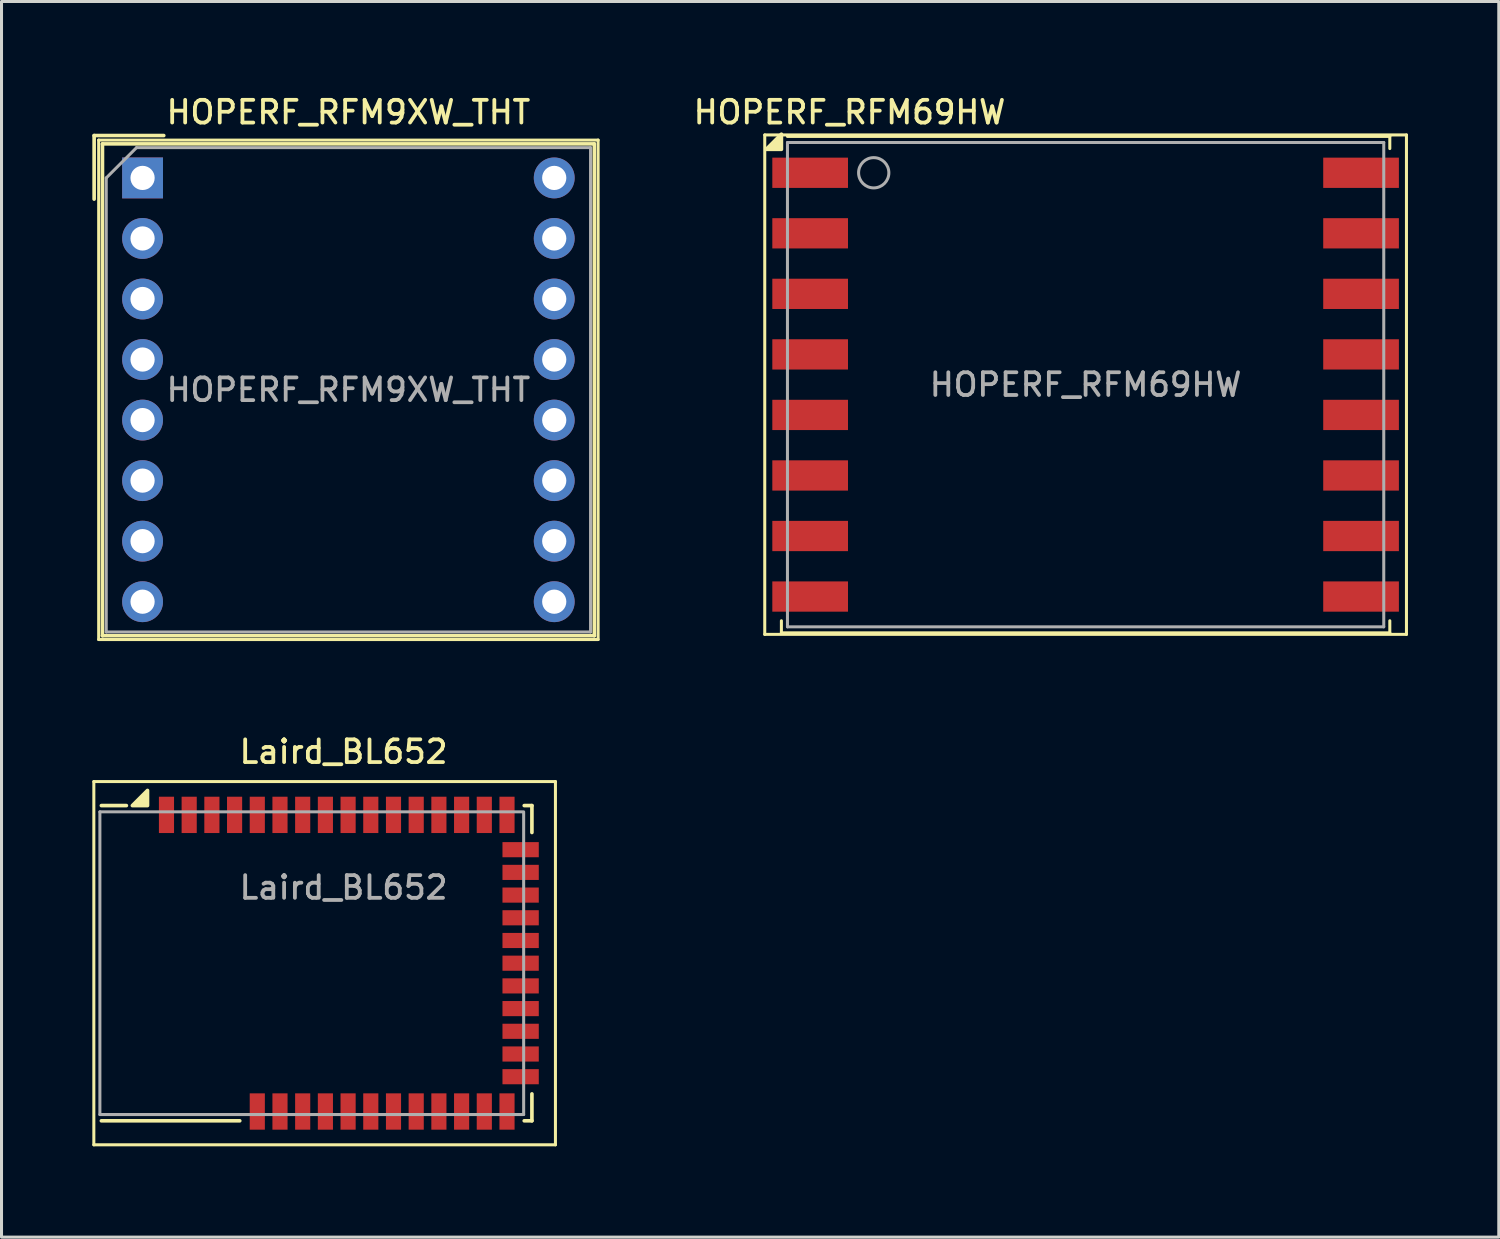
<source format=kicad_pcb>
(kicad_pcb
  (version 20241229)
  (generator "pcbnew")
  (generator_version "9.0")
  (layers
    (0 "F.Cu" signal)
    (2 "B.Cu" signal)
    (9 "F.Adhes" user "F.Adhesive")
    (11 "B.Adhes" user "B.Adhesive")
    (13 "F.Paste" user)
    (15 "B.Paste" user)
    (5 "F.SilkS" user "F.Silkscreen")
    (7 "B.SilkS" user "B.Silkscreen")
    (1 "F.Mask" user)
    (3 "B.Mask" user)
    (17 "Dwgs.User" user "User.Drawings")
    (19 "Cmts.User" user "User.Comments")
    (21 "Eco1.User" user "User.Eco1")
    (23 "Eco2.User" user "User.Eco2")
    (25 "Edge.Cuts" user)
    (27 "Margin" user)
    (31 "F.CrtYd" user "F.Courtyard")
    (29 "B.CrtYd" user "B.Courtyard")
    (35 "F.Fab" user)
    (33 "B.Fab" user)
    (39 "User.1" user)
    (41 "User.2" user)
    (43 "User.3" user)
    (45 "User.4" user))
  (footprint "Laird_BL652"
    (layer "F.Cu")
    (at 8.3 28.771)
    (property "Reference" "Laird_BL652" (at 0 -6.985 0) (layer "F.SilkS") (effects (font (size 0.75 0.75) (thickness 0.125))))
    (attr smd)
    (fp_line (start -8.25 -6) (end 7 -6) (stroke (width 0.1) (type solid)) (layer "F.SilkS"))
    (fp_line (start -8.25 6) (end -8.25 -6) (stroke (width 0.1) (type solid)) (layer "F.SilkS"))
    (fp_line (start -8.001 -5.207) (end -7.175 -5.207) (stroke (width 0.12) (type solid)) (layer "F.SilkS"))
    (fp_line (start -3.429 5.207) (end -8.001 5.207) (stroke (width 0.12) (type solid)) (layer "F.SilkS"))
    (fp_line (start 5.969 -5.207) (end 6.223 -5.207) (stroke (width 0.12) (type solid)) (layer "F.SilkS"))
    (fp_line (start 6.223 -5.207) (end 6.223 -4.318) (stroke (width 0.12) (type solid)) (layer "F.SilkS"))
    (fp_line (start 6.223 5.207) (end 5.969 5.207) (stroke (width 0.12) (type solid)) (layer "F.SilkS"))
    (fp_line (start 6.223 5.207) (end 6.223 4.318) (stroke (width 0.12) (type solid)) (layer "F.SilkS"))
    (fp_line (start 7 -6) (end 7 6) (stroke (width 0.1) (type solid)) (layer "F.SilkS"))
    (fp_line (start 7 6) (end -8.25 6) (stroke (width 0.1) (type solid)) (layer "F.SilkS"))
    (fp_poly (pts (xy -6.477 -5.207) (xy -6.977 -5.207) (xy -6.477 -5.707) (xy -6.477 -5.207)) (stroke (width 0.12) (type solid)) (fill yes) (layer "F.SilkS"))
    (fp_line (start -8.05 -5) (end -8.05 5) (stroke (width 0.1) (type solid)) (layer "F.Fab"))
    (fp_line (start -8.05 -5) (end 5.9 -5) (stroke (width 0.1) (type solid)) (layer "F.Fab"))
    (fp_line (start 5.95 -5) (end 5.95 5) (stroke (width 0.1) (type solid)) (layer "F.Fab"))
    (fp_line (start 5.95 5) (end -8.05 5) (stroke (width 0.1) (type solid)) (layer "F.Fab"))
    (fp_text user "${REFERENCE}" (at 0 -2.5 0) (layer "F.Fab") (effects (font (size 0.75 0.75) (thickness 0.125))))
    (pad "1" smd rect (at -5.85 -4.9 90) (size 1.2 0.5) (layers "F.Cu" "F.Mask" "F.Paste"))
    (pad "2" smd rect (at -5.1 -4.9 90) (size 1.2 0.5) (layers "F.Cu" "F.Mask" "F.Paste"))
    (pad "3" smd rect (at -4.35 -4.9 90) (size 1.2 0.5) (layers "F.Cu" "F.Mask" "F.Paste"))
    (pad "4" smd rect (at -3.6 -4.9 90) (size 1.2 0.5) (layers "F.Cu" "F.Mask" "F.Paste"))
    (pad "5" smd rect (at -2.85 -4.9 90) (size 1.2 0.5) (layers "F.Cu" "F.Mask" "F.Paste"))
    (pad "6" smd rect (at -2.1 -4.9 90) (size 1.2 0.5) (layers "F.Cu" "F.Mask" "F.Paste"))
    (pad "7" smd rect (at -1.35 -4.9 90) (size 1.2 0.5) (layers "F.Cu" "F.Mask" "F.Paste"))
    (pad "8" smd rect (at -0.6 -4.9 90) (size 1.2 0.5) (layers "F.Cu" "F.Mask" "F.Paste"))
    (pad "9" smd rect (at 0.15 -4.9 90) (size 1.2 0.5) (layers "F.Cu" "F.Mask" "F.Paste"))
    (pad "10" smd rect (at 0.9 -4.9 90) (size 1.2 0.5) (layers "F.Cu" "F.Mask" "F.Paste"))
    (pad "11" smd rect (at 1.65 -4.9 90) (size 1.2 0.5) (layers "F.Cu" "F.Mask" "F.Paste"))
    (pad "12" smd rect (at 2.4 -4.9 90) (size 1.2 0.5) (layers "F.Cu" "F.Mask" "F.Paste"))
    (pad "13" smd rect (at 3.15 -4.9 90) (size 1.2 0.5) (layers "F.Cu" "F.Mask" "F.Paste"))
    (pad "14" smd rect (at 3.9 -4.9 90) (size 1.2 0.5) (layers "F.Cu" "F.Mask" "F.Paste"))
    (pad "15" smd rect (at 4.65 -4.9 90) (size 1.2 0.5) (layers "F.Cu" "F.Mask" "F.Paste"))
    (pad "16" smd rect (at 5.4 -4.9 90) (size 1.2 0.5) (layers "F.Cu" "F.Mask" "F.Paste"))
    (pad "17" smd rect (at 5.85 -3.75) (size 1.2 0.5) (layers "F.Cu" "F.Mask" "F.Paste"))
    (pad "18" smd rect (at 5.85 -3) (size 1.2 0.5) (layers "F.Cu" "F.Mask" "F.Paste"))
    (pad "19" smd rect (at 5.85 -2.25) (size 1.2 0.5) (layers "F.Cu" "F.Mask" "F.Paste"))
    (pad "20" smd rect (at 5.85 -1.5) (size 1.2 0.5) (layers "F.Cu" "F.Mask" "F.Paste"))
    (pad "21" smd rect (at 5.85 -0.75) (size 1.2 0.5) (layers "F.Cu" "F.Mask" "F.Paste"))
    (pad "22" smd rect (at 5.85 0) (size 1.2 0.5) (layers "F.Cu" "F.Mask" "F.Paste"))
    (pad "23" smd rect (at 5.85 0.75) (size 1.2 0.5) (layers "F.Cu" "F.Mask" "F.Paste"))
    (pad "24" smd rect (at 5.85 1.5) (size 1.2 0.5) (layers "F.Cu" "F.Mask" "F.Paste"))
    (pad "25" smd rect (at 5.85 2.25) (size 1.2 0.5) (layers "F.Cu" "F.Mask" "F.Paste"))
    (pad "26" smd rect (at 5.85 3) (size 1.2 0.5) (layers "F.Cu" "F.Mask" "F.Paste"))
    (pad "27" smd rect (at 5.85 3.75) (size 1.2 0.5) (layers "F.Cu" "F.Mask" "F.Paste"))
    (pad "28" smd rect (at 5.4 4.9 90) (size 1.2 0.5) (layers "F.Cu" "F.Mask" "F.Paste"))
    (pad "29" smd rect (at 4.65 4.9 90) (size 1.2 0.5) (layers "F.Cu" "F.Mask" "F.Paste"))
    (pad "30" smd rect (at 3.9 4.9 90) (size 1.2 0.5) (layers "F.Cu" "F.Mask" "F.Paste"))
    (pad "31" smd rect (at 3.15 4.9 90) (size 1.2 0.5) (layers "F.Cu" "F.Mask" "F.Paste"))
    (pad "32" smd rect (at 2.4 4.9 90) (size 1.2 0.5) (layers "F.Cu" "F.Mask" "F.Paste"))
    (pad "33" smd rect (at 1.65 4.9 90) (size 1.2 0.5) (layers "F.Cu" "F.Mask" "F.Paste"))
    (pad "34" smd rect (at 0.9 4.9 90) (size 1.2 0.5) (layers "F.Cu" "F.Mask" "F.Paste"))
    (pad "35" smd rect (at 0.15 4.9 90) (size 1.2 0.5) (layers "F.Cu" "F.Mask" "F.Paste"))
    (pad "36" smd rect (at -0.6 4.9 90) (size 1.2 0.5) (layers "F.Cu" "F.Mask" "F.Paste"))
    (pad "37" smd rect (at -1.35 4.9 90) (size 1.2 0.5) (layers "F.Cu" "F.Mask" "F.Paste"))
    (pad "38" smd rect (at -2.1 4.9 90) (size 1.2 0.5) (layers "F.Cu" "F.Mask" "F.Paste"))
    (pad "39" smd rect (at -2.85 4.9 90) (size 1.2 0.5) (layers "F.Cu" "F.Mask" "F.Paste")))
  (footprint "HOPERF_RFM9XW_THT"
    (layer "F.Cu")
    (at 1.66 2.828)
    (property "Reference" "HOPERF_RFM9XW_THT" (at 6.8 -2.17 0) (layer "F.SilkS") (effects (font (size 0.75 0.75) (thickness 0.125))))
    (attr through_hole)
    (fp_line (start -1.6 -1.4) (end 0.7 -1.4) (stroke (width 0.12) (type solid)) (layer "F.SilkS"))
    (fp_line (start -1.6 0.7) (end -1.6 -1.4) (stroke (width 0.12) (type solid)) (layer "F.SilkS"))
    (fp_line (start -1.45 -1.25) (end 15.05 -1.25) (stroke (width 0.1) (type solid)) (layer "F.SilkS"))
    (fp_line (start -1.45 15.25) (end -1.45 -1.25) (stroke (width 0.1) (type solid)) (layer "F.SilkS"))
    (fp_line (start -1.325 -1.125) (end 14.925 -1.125) (stroke (width 0.12) (type solid)) (layer "F.SilkS"))
    (fp_line (start -1.325 15.125) (end -1.325 -1.125) (stroke (width 0.12) (type solid)) (layer "F.SilkS"))
    (fp_line (start 14.925 -1.125) (end 14.925 15.125) (stroke (width 0.12) (type solid)) (layer "F.SilkS"))
    (fp_line (start 14.925 15.125) (end -1.325 15.125) (stroke (width 0.12) (type solid)) (layer "F.SilkS"))
    (fp_line (start 15.05 -1.25) (end 15.05 15.25) (stroke (width 0.1) (type solid)) (layer "F.SilkS"))
    (fp_line (start 15.05 15.25) (end -1.45 15.25) (stroke (width 0.1) (type solid)) (layer "F.SilkS"))
    (fp_line (start -1.2 0) (end -0.2 -1) (stroke (width 0.1) (type solid)) (layer "F.Fab"))
    (fp_line (start -1.2 15) (end -1.2 0) (stroke (width 0.1) (type solid)) (layer "F.Fab"))
    (fp_line (start -0.2 -1) (end 14.8 -1) (stroke (width 0.1) (type solid)) (layer "F.Fab"))
    (fp_line (start 14.8 -1) (end 14.8 15) (stroke (width 0.1) (type solid)) (layer "F.Fab"))
    (fp_line (start 14.8 15) (end -1.2 15) (stroke (width 0.1) (type solid)) (layer "F.Fab"))
    (fp_text user "${REFERENCE}" (at 6.8 7 0) (layer "F.Fab") (effects (font (size 0.75 0.75) (thickness 0.125))))
    (pad "1" thru_hole rect (at 0 0) (size 1.35 1.35) (drill 0.8) (layers "*.Cu" "*.Mask"))
    (pad "2" thru_hole circle (at 0 2) (size 1.35 1.35) (drill 0.8) (layers "*.Cu" "*.Mask"))
    (pad "3" thru_hole circle (at 0 4) (size 1.35 1.35) (drill 0.8) (layers "*.Cu" "*.Mask"))
    (pad "4" thru_hole circle (at 0 6) (size 1.35 1.35) (drill 0.8) (layers "*.Cu" "*.Mask"))
    (pad "5" thru_hole circle (at 0 8) (size 1.35 1.35) (drill 0.8) (layers "*.Cu" "*.Mask"))
    (pad "6" thru_hole circle (at 0 10) (size 1.35 1.35) (drill 0.8) (layers "*.Cu" "*.Mask"))
    (pad "7" thru_hole circle (at 0 12) (size 1.35 1.35) (drill 0.8) (layers "*.Cu" "*.Mask"))
    (pad "8" thru_hole circle (at 0 14) (size 1.35 1.35) (drill 0.8) (layers "*.Cu" "*.Mask"))
    (pad "9" thru_hole circle (at 13.6 14) (size 1.35 1.35) (drill 0.8) (layers "*.Cu" "*.Mask"))
    (pad "10" thru_hole circle (at 13.6 12) (size 1.35 1.35) (drill 0.8) (layers "*.Cu" "*.Mask"))
    (pad "11" thru_hole circle (at 13.6 10) (size 1.35 1.35) (drill 0.8) (layers "*.Cu" "*.Mask"))
    (pad "12" thru_hole circle (at 13.6 8) (size 1.35 1.35) (drill 0.8) (layers "*.Cu" "*.Mask"))
    (pad "13" thru_hole circle (at 13.6 6) (size 1.35 1.35) (drill 0.8) (layers "*.Cu" "*.Mask"))
    (pad "14" thru_hole circle (at 13.6 4) (size 1.35 1.35) (drill 0.8) (layers "*.Cu" "*.Mask"))
    (pad "15" thru_hole circle (at 13.6 2) (size 1.35 1.35) (drill 0.8) (layers "*.Cu" "*.Mask"))
    (pad "16" thru_hole circle (at 13.6 0) (size 1.35 1.35) (drill 0.8) (layers "*.Cu" "*.Mask")))
  (footprint "HOPERF_RFM69HW"
    (layer "F.Cu")
    (at 32.815 9.658)
    (property "Reference" "HOPERF_RFM69HW" (at -7.8 -9 0) (layer "F.SilkS") (effects (font (size 0.75 0.75) (thickness 0.125))))
    (attr smd)
    (fp_line (start -10.6 -8.25) (end 10.6 -8.25) (stroke (width 0.1) (type solid)) (layer "F.SilkS"))
    (fp_line (start -10.6 8.25) (end -10.6 -8.25) (stroke (width 0.1) (type solid)) (layer "F.SilkS"))
    (fp_line (start -10.05 7.8) (end -10.05 8.2) (stroke (width 0.1) (type solid)) (layer "F.SilkS"))
    (fp_line (start -10.05 8.2) (end 10.05 8.2) (stroke (width 0.1) (type solid)) (layer "F.SilkS"))
    (fp_line (start -9.85 -8.2) (end 10.05 -8.2) (stroke (width 0.1) (type solid)) (layer "F.SilkS"))
    (fp_line (start 10.05 -8.2) (end 10.05 -7.8) (stroke (width 0.1) (type solid)) (layer "F.SilkS"))
    (fp_line (start 10.05 7.8) (end 10.05 8.2) (stroke (width 0.1) (type solid)) (layer "F.SilkS"))
    (fp_line (start 10.6 -8.25) (end 10.6 8.25) (stroke (width 0.1) (type solid)) (layer "F.SilkS"))
    (fp_line (start 10.6 8.25) (end -10.6 8.25) (stroke (width 0.1) (type solid)) (layer "F.SilkS"))
    (fp_poly (pts (xy -10.05 -7.775) (xy -10.55 -7.775) (xy -10.05 -8.275) (xy -10.05 -7.775)) (stroke (width 0.12) (type solid)) (fill yes) (layer "F.SilkS"))
    (fp_line (start -9.85 -8) (end 9.85 -8) (stroke (width 0.1) (type solid)) (layer "F.Fab"))
    (fp_line (start -9.85 8) (end -9.85 -8) (stroke (width 0.1) (type solid)) (layer "F.Fab"))
    (fp_line (start 9.85 -8) (end 9.85 8) (stroke (width 0.1) (type solid)) (layer "F.Fab"))
    (fp_line (start 9.85 8) (end -9.85 8) (stroke (width 0.1) (type solid)) (layer "F.Fab"))
    (fp_circle (center -7 -7) (end -7.5 -7) (stroke (width 0.1) (type solid)) (fill no) (layer "F.Fab"))
    (fp_text user "${REFERENCE}" (at 0 0 0) (layer "F.Fab") (effects (font (size 0.75 0.75) (thickness 0.125))))
    (pad "1" smd rect (at -9.1 -7) (size 2.5 1) (layers "F.Cu" "F.Mask" "F.Paste"))
    (pad "2" smd rect (at -9.1 -5) (size 2.5 1) (layers "F.Cu" "F.Mask" "F.Paste"))
    (pad "3" smd rect (at -9.1 -3) (size 2.5 1) (layers "F.Cu" "F.Mask" "F.Paste"))
    (pad "4" smd rect (at -9.1 -1) (size 2.5 1) (layers "F.Cu" "F.Mask" "F.Paste"))
    (pad "5" smd rect (at -9.1 1) (size 2.5 1) (layers "F.Cu" "F.Mask" "F.Paste"))
    (pad "6" smd rect (at -9.1 3) (size 2.5 1) (layers "F.Cu" "F.Mask" "F.Paste"))
    (pad "7" smd rect (at -9.1 5) (size 2.5 1) (layers "F.Cu" "F.Mask" "F.Paste"))
    (pad "8" smd rect (at -9.1 7) (size 2.5 1) (layers "F.Cu" "F.Mask" "F.Paste"))
    (pad "9" smd rect (at 9.1 7) (size 2.5 1) (layers "F.Cu" "F.Mask" "F.Paste"))
    (pad "10" smd rect (at 9.1 5) (size 2.5 1) (layers "F.Cu" "F.Mask" "F.Paste"))
    (pad "11" smd rect (at 9.1 3) (size 2.5 1) (layers "F.Cu" "F.Mask" "F.Paste"))
    (pad "12" smd rect (at 9.1 1) (size 2.5 1) (layers "F.Cu" "F.Mask" "F.Paste"))
    (pad "13" smd rect (at 9.1 -1) (size 2.5 1) (layers "F.Cu" "F.Mask" "F.Paste"))
    (pad "14" smd rect (at 9.1 -3) (size 2.5 1) (layers "F.Cu" "F.Mask" "F.Paste"))
    (pad "15" smd rect (at 9.1 -5) (size 2.5 1) (layers "F.Cu" "F.Mask" "F.Paste"))
    (pad "16" smd rect (at 9.1 -7) (size 2.5 1) (layers "F.Cu" "F.Mask" "F.Paste")))
  (gr_rect
    (start -3 -3)
    (end 46.465 37.821)
    (stroke (width 0.1) (type default))
    (fill no)
    (layer "Edge.Cuts")))
</source>
